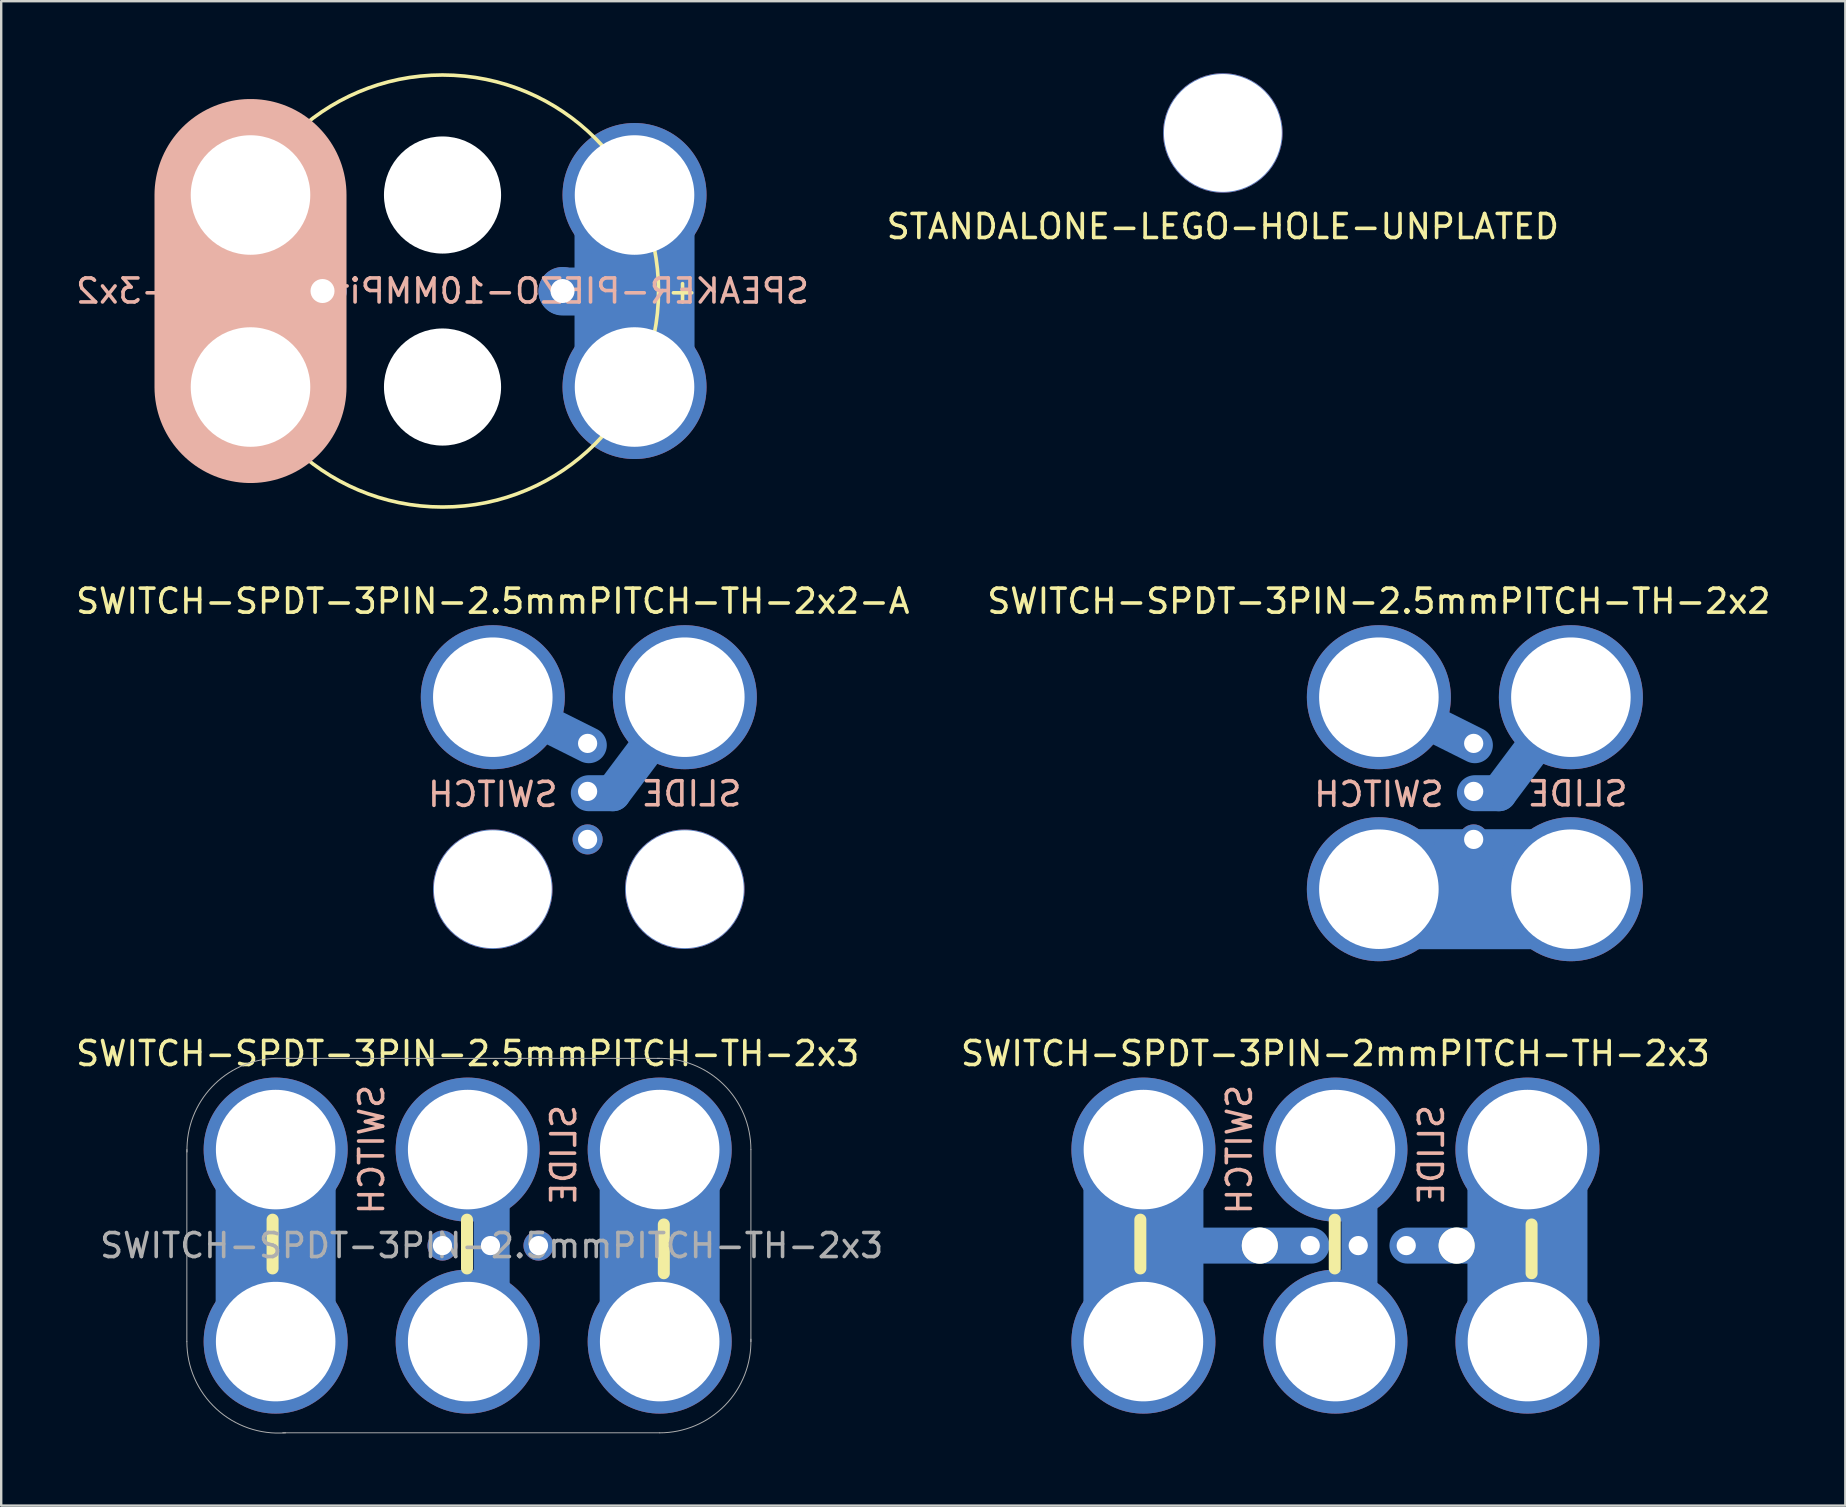
<source format=kicad_pcb>
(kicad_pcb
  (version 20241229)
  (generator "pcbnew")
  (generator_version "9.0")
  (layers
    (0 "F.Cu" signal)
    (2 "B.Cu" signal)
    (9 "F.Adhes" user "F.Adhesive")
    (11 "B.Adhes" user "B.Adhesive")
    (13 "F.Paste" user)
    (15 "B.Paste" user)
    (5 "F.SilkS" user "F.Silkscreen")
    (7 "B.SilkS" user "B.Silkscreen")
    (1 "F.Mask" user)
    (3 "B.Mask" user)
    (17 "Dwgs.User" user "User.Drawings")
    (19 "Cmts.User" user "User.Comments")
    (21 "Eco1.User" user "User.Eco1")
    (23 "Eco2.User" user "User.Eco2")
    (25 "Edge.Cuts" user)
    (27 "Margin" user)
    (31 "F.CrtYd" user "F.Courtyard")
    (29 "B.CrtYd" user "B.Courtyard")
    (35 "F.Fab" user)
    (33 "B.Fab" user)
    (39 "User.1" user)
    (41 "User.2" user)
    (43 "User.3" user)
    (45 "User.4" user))
  (footprint "SWITCH-SPDT-3PIN-2.5mmPITCH-TH-2x2-A"
    (layer "F.Cu")
    (at 21.482 33.998)
    (property "Reference" "SWITCH-SPDT-3PIN-2.5mmPITCH-TH-2x2-A" (at -4 -12 0) (layer "F.SilkS") (effects (font (size 1 1) (thickness 0.15))))
    (attr through_hole)
    (fp_line (start 0 -6) (end -4 -8) (stroke (width 1.5) (type solid)) (layer "B.Cu"))
    (fp_line (start 0 -4) (end 1 -4) (stroke (width 1.5) (type solid)) (layer "B.Cu"))
    (fp_line (start 1 -4) (end 4 -8) (stroke (width 1.5) (type solid)) (layer "B.Cu"))
    (fp_line (start 0 -6) (end -4 -8) (stroke (width 1.5) (type solid)) (layer "B.Mask"))
    (fp_line (start 0 -4) (end 1 -4) (stroke (width 1.5) (type solid)) (layer "B.Mask"))
    (fp_line (start 1 -4) (end 4 -8) (stroke (width 1.5) (type solid)) (layer "B.Mask"))
    (fp_text user "SLIDE " (at 3.9 -3.975 0) (layer "B.SilkS") (effects (font (size 1 1) (thickness 0.15)) (justify mirror)))
    (fp_text user "SWITCH" (at -4 -3.95 0) (layer "B.SilkS") (effects (font (size 1 1) (thickness 0.15)) (justify mirror)))
    (pad "" np_thru_hole circle (at -4 0) (size 4.98 4.98) (drill 4.91) (layers "*.Cu"))
    (pad "" np_thru_hole circle (at 4 0) (size 4.98 4.98) (drill 4.91) (layers "*.Cu"))
    (pad "1" thru_hole circle (at -0.05 -2.075 270) (size 1.25 1.25) (drill 0.8) (layers "*.Cu" "*.Mask"))
    (pad "2" thru_hole circle (at -0.05 -4.075 270) (size 1.25 1.25) (drill 0.8) (layers "*.Cu" "*.Mask"))
    (pad "2" thru_hole circle (at 4 -8) (size 6 6) (drill 4.98) (layers "*.Cu" "*.Mask"))
    (pad "3" thru_hole circle (at -4 -8) (size 6 6) (drill 4.98) (layers "*.Cu" "*.Mask"))
    (pad "3" thru_hole circle (at -0.05 -6.075 270) (size 1.25 1.25) (drill 0.8) (layers "*.Cu" "*.Mask")))
  (footprint "SWITCH-SPDT-3PIN-2.5mmPITCH-TH-2x3"
    (layer "F.Cu")
    (at 8.435 52.846)
    (property "Reference" "SWITCH-SPDT-3PIN-2.5mmPITCH-TH-2x3" (at 8 -12 0) (layer "F.SilkS") (effects (font (size 1 1) (thickness 0.15))))
    (attr through_hole)
    (fp_line (start 0 -8) (end 0 0) (stroke (width 5) (type solid)) (layer "B.Cu"))
    (fp_line (start 9 -7.5) (end 9 -1) (stroke (width 1.5) (type solid)) (layer "B.Cu"))
    (fp_line (start 16 -8) (end 16 0) (stroke (width 5) (type solid)) (layer "B.Cu"))
    (fp_line (start 0 -8) (end 0 0) (stroke (width 5) (type solid)) (layer "B.Mask"))
    (fp_line (start 0 -4) (end 7 -4) (stroke (width 1.5) (type solid)) (layer "B.Mask"))
    (fp_line (start 9 -7.5) (end 9 -1) (stroke (width 1.5) (type solid)) (layer "B.Mask"))
    (fp_line (start 11 -4) (end 15.5 -4) (stroke (width 1.5) (type solid)) (layer "B.Mask"))
    (fp_line (start 16 -8) (end 16 0) (stroke (width 5) (type solid)) (layer "B.Mask"))
    (fp_line (start -0.128 -5.08) (end -0.128 -3.048) (stroke (width 0.5) (type solid)) (layer "F.SilkS"))
    (fp_line (start 7.972 -5.08) (end 7.972 -3.048) (stroke (width 0.5) (type solid)) (layer "F.SilkS"))
    (fp_line (start 16.172 -4.88) (end 16.172 -2.848) (stroke (width 0.5) (type solid)) (layer "F.SilkS"))
    (fp_line (start -3.7 -8) (end -3.7 0) (stroke (width 0.041) (type solid)) (layer "F.Fab"))
    (fp_line (start 16 -11.8) (end 0 -11.8) (stroke (width 0.041) (type solid)) (layer "F.Fab"))
    (fp_line (start 16 3.8) (end 0.3 3.8) (stroke (width 0.041) (type solid)) (layer "F.Fab"))
    (fp_line (start 19.8 -8) (end 19.8 0) (stroke (width 0.041) (type solid)) (layer "F.Fab"))
    (fp_arc (start -3.693368 -7.90018) (mid -2.653367 -10.614068) (end 0 -11.8) (stroke (width 0.04064) (type solid)) (layer "F.Fab"))
    (fp_arc (start 0.411824 3.8) (mid -2.475303 2.799424) (end -3.7 0) (stroke (width 0.04064) (type solid)) (layer "F.Fab"))
    (fp_arc (start 15.898684 -11.8) (mid 18.651029 -10.723062) (end 19.8 -8) (stroke (width 0.04064) (type solid)) (layer "F.Fab"))
    (fp_arc (start 19.8 -0.1) (mid 18.723062 2.652345) (end 16 3.801316) (stroke (width 0.04064) (type solid)) (layer "F.Fab"))
    (fp_text user "SLIDE " (at 12 -7.4 270) (layer "B.SilkS") (effects (font (size 1 1) (thickness 0.15)) (justify mirror)))
    (fp_text user "SWITCH" (at 4 -8 270) (layer "B.SilkS") (effects (font (size 1 1) (thickness 0.15)) (justify mirror)))
    (fp_text user "${REFERENCE}" (at 9 -4 0) (layer "F.Fab") (effects (font (size 1 1) (thickness 0.15))))
    (pad "1" thru_hole circle (at 0 -8) (size 6 6) (drill 4.98) (layers "*.Cu" "*.Mask"))
    (pad "1" thru_hole circle (at 0 0) (size 6 6) (drill 4.98) (layers "*.Cu" "*.Mask"))
    (pad "1" thru_hole circle (at 6.95 -4 180) (size 1.25 1.25) (drill 0.8) (layers "*.Cu" "*.Mask"))
    (pad "2" thru_hole circle (at 8 -8) (size 6 6) (drill 4.98) (layers "*.Cu" "*.Mask"))
    (pad "2" thru_hole circle (at 8 0) (size 6 6) (drill 4.98) (layers "*.Cu" "*.Mask"))
    (pad "2" thru_hole circle (at 8.95 -4 180) (size 1.25 1.25) (drill 0.8) (layers "*.Cu" "*.Mask"))
    (pad "3" thru_hole circle (at 10.95 -4 180) (size 1.25 1.25) (drill 0.8) (layers "*.Cu" "*.Mask"))
    (pad "3" thru_hole circle (at 16 -8) (size 6 6) (drill 4.98) (layers "*.Cu" "*.Mask"))
    (pad "3" thru_hole circle (at 16 0) (size 6 6) (drill 4.98) (layers "*.Cu" "*.Mask")))
  (footprint "SPEAKER-PIEZO-10MMPitch-PS17-3x2"
    (layer "F.Cu")
    (at 15.387 13.075)
    (property "Reference" "SPEAKER-PIEZO-10MMPitch-PS17-3x2" (at 0 -4 0) (layer "B.SilkS") (effects (font (size 1 1) (thickness 0.15)) (justify mirror)))
    (attr through_hole)
    (fp_line (start -8 -8) (end -8 0) (stroke (width 5) (type solid)) (layer "B.Cu"))
    (fp_line (start -5 -4) (end -9 -4) (stroke (width 2) (type solid)) (layer "B.Cu"))
    (fp_line (start 8 -8) (end 8 0) (stroke (width 5) (type solid)) (layer "B.Cu"))
    (fp_line (start 9 -3.98) (end 5 -3.98) (stroke (width 2) (type solid)) (layer "B.Cu"))
    (fp_line (start -8 -8) (end -8 0) (stroke (width 5) (type solid)) (layer "B.Mask"))
    (fp_line (start 8 -8) (end 8 0) (stroke (width 5) (type solid)) (layer "B.Mask"))
    (fp_circle (center 0 -4) (end 9 -4) (stroke (width 0.15) (type solid)) (fill no) (layer "F.SilkS"))
    (fp_line (start -8 -8) (end -8 0) (stroke (width 8) (type solid)) (layer "B.SilkS"))
    (fp_text user "-" (at -10 -4 0) (layer "F.SilkS") (effects (font (size 1 1) (thickness 0.15))))
    (fp_text user "+" (at 10 -4 0) (layer "F.SilkS") (effects (font (size 1 1) (thickness 0.15))))
    (pad "" np_thru_hole circle (at 0 -8) (size 4.88 4.88) (drill 4.98) (layers "*.Cu" "*.Mask"))
    (pad "" np_thru_hole circle (at 0 0) (size 4.88 4.88) (drill 4.98) (layers "*.Cu" "*.Mask"))
    (pad "1" thru_hole circle (at -8 -8) (size 6 6) (drill 4.98) (layers "*.Cu" "*.Mask"))
    (pad "1" thru_hole circle (at -8 0) (size 6 6) (drill 4.98) (layers "*.Cu" "*.Mask"))
    (pad "1" thru_hole circle (at -5 -4) (size 2 2) (drill 1.001) (layers "*.Cu" "*.Mask"))
    (pad "2" thru_hole circle (at 5 -4) (size 2 2) (drill 1.001) (layers "*.Cu" "*.Mask"))
    (pad "2" thru_hole circle (at 8 -8) (size 6 6) (drill 4.98) (layers "*.Cu" "*.Mask"))
    (pad "2" thru_hole circle (at 8 0) (size 6 6) (drill 4.98) (layers "*.Cu" "*.Mask")))
  (footprint "SWITCH-SPDT-3PIN-2.5mmPITCH-TH-2x2"
    (layer "F.Cu")
    (at 58.399 33.998)
    (property "Reference" "SWITCH-SPDT-3PIN-2.5mmPITCH-TH-2x2" (at -4 -12 0) (layer "F.SilkS") (effects (font (size 1 1) (thickness 0.15))))
    (attr through_hole)
    (fp_line (start -4 0) (end 4 0) (stroke (width 5) (type solid)) (layer "B.Cu"))
    (fp_line (start 0 -6) (end -4 -8) (stroke (width 1.5) (type solid)) (layer "B.Cu"))
    (fp_line (start 0 -4) (end 1 -4) (stroke (width 1.5) (type solid)) (layer "B.Cu"))
    (fp_line (start 1 -4) (end 4 -8) (stroke (width 1.5) (type solid)) (layer "B.Cu"))
    (fp_line (start -4 0) (end 4 0) (stroke (width 5) (type solid)) (layer "B.Mask"))
    (fp_line (start 0 -6) (end -4 -8) (stroke (width 1.5) (type solid)) (layer "B.Mask"))
    (fp_line (start 0 -4) (end 1 -4) (stroke (width 1.5) (type solid)) (layer "B.Mask"))
    (fp_line (start 1 -4) (end 4 -8) (stroke (width 1.5) (type solid)) (layer "B.Mask"))
    (fp_text user "SWITCH" (at -4 -3.95 0) (layer "B.SilkS") (effects (font (size 1 1) (thickness 0.15)) (justify mirror)))
    (fp_text user "SLIDE " (at 3.9 -3.975 0) (layer "B.SilkS") (effects (font (size 1 1) (thickness 0.15)) (justify mirror)))
    (pad "1" thru_hole circle (at -4 0) (size 6 6) (drill 4.98) (layers "*.Cu" "*.Mask"))
    (pad "1" thru_hole circle (at -0.05 -2.075 270) (size 1.25 1.25) (drill 0.8) (layers "*.Cu" "*.Mask"))
    (pad "1" thru_hole circle (at 4 0) (size 6 6) (drill 4.98) (layers "*.Cu" "*.Mask"))
    (pad "2" thru_hole circle (at -0.05 -4.075 270) (size 1.25 1.25) (drill 0.8) (layers "*.Cu" "*.Mask"))
    (pad "2" thru_hole circle (at 4 -8) (size 6 6) (drill 4.98) (layers "*.Cu" "*.Mask"))
    (pad "3" thru_hole circle (at -4 -8) (size 6 6) (drill 4.98) (layers "*.Cu" "*.Mask"))
    (pad "3" thru_hole circle (at -0.05 -6.075 270) (size 1.25 1.25) (drill 0.8) (layers "*.Cu" "*.Mask")))
  (footprint "SWITCH-SPDT-3PIN-2mmPITCH-TH-2x3"
    (layer "F.Cu")
    (at 52.589 52.846)
    (property "Reference" "SWITCH-SPDT-3PIN-2mmPITCH-TH-2x3" (at 0 -12 0) (layer "F.SilkS") (effects (font (size 1 1) (thickness 0.15))))
    (attr through_hole)
    (fp_line (start -8 -8) (end -8 0) (stroke (width 5) (type solid)) (layer "B.Cu"))
    (fp_line (start -1 -4) (end -8 -4) (stroke (width 1.5) (type solid)) (layer "B.Cu"))
    (fp_line (start 1 -8) (end 1 0) (stroke (width 1.5) (type solid)) (layer "B.Cu"))
    (fp_line (start 3 -4) (end 8 -4) (stroke (width 1.5) (type solid)) (layer "B.Cu"))
    (fp_line (start 8 -8) (end 8 0) (stroke (width 5) (type solid)) (layer "B.Cu"))
    (fp_line (start -8 -8) (end -8 0) (stroke (width 5) (type solid)) (layer "B.Mask"))
    (fp_line (start 1 -8) (end 1 0) (stroke (width 1.5) (type solid)) (layer "B.Mask"))
    (fp_line (start 8 -8) (end 8 0) (stroke (width 5) (type solid)) (layer "B.Mask"))
    (fp_line (start -8.128 -5.08) (end -8.128 -3.048) (stroke (width 0.5) (type solid)) (layer "F.SilkS"))
    (fp_line (start -0.028 -5.08) (end -0.028 -3.048) (stroke (width 0.5) (type solid)) (layer "F.SilkS"))
    (fp_line (start 8.172 -4.88) (end 8.172 -2.848) (stroke (width 0.5) (type solid)) (layer "F.SilkS"))
    (fp_text user "SWITCH" (at -4 -8 270) (layer "B.SilkS") (effects (font (size 1 1) (thickness 0.15)) (justify mirror)))
    (fp_text user "SLIDE " (at 4 -7.4 270) (layer "B.SilkS") (effects (font (size 1 1) (thickness 0.15)) (justify mirror)))
    (pad "" np_thru_hole circle (at -3.15 -4 180) (size 1.5 1.5) (drill 1.5) (layers "*.Cu" "*.Mask" "F.SilkS"))
    (pad "" np_thru_hole circle (at 5.05 -4 180) (size 1.5 1.5) (drill 1.5) (layers "*.Cu" "*.Mask" "F.SilkS"))
    (pad "1" thru_hole circle (at -8 -8) (size 6 6) (drill 4.98) (layers "*.Cu" "*.Mask"))
    (pad "1" thru_hole circle (at -8 0) (size 6 6) (drill 4.98) (layers "*.Cu" "*.Mask"))
    (pad "1" thru_hole circle (at -1.05 -4 180) (size 1.25 1.25) (drill 0.8) (layers "*.Cu" "*.Mask"))
    (pad "2" thru_hole circle (at 0 -8) (size 6 6) (drill 4.98) (layers "*.Cu" "*.Mask"))
    (pad "2" thru_hole circle (at 0 0) (size 6 6) (drill 4.98) (layers "*.Cu" "*.Mask"))
    (pad "2" thru_hole circle (at 0.95 -4 180) (size 1.25 1.25) (drill 0.8) (layers "*.Cu" "*.Mask"))
    (pad "3" thru_hole circle (at 2.95 -4 180) (size 1.25 1.25) (drill 0.8) (layers "*.Cu" "*.Mask"))
    (pad "3" thru_hole circle (at 8 -8) (size 6 6) (drill 4.98) (layers "*.Cu" "*.Mask"))
    (pad "3" thru_hole circle (at 8 0) (size 6 6) (drill 4.98) (layers "*.Cu" "*.Mask")))
  (footprint "STANDALONE-LEGO-HOLE-UNPLATED"
    (layer "F.Cu")
    (at 47.899 2.49)
    (property "Reference" "STANDALONE-LEGO-HOLE-UNPLATED" (at 0 3.9 0) (layer "F.SilkS") (effects (font (size 1 1) (thickness 0.15))))
    (attr through_hole)
    (pad "" np_thru_hole circle (at 0 0) (size 4.98 4.98) (drill 4.91) (layers "*.Cu")))
  (gr_rect
    (start -3 -3)
    (end 73.833 59.679)
    (stroke (width 0.1) (type default))
    (fill no)
    (layer "Edge.Cuts")))
</source>
